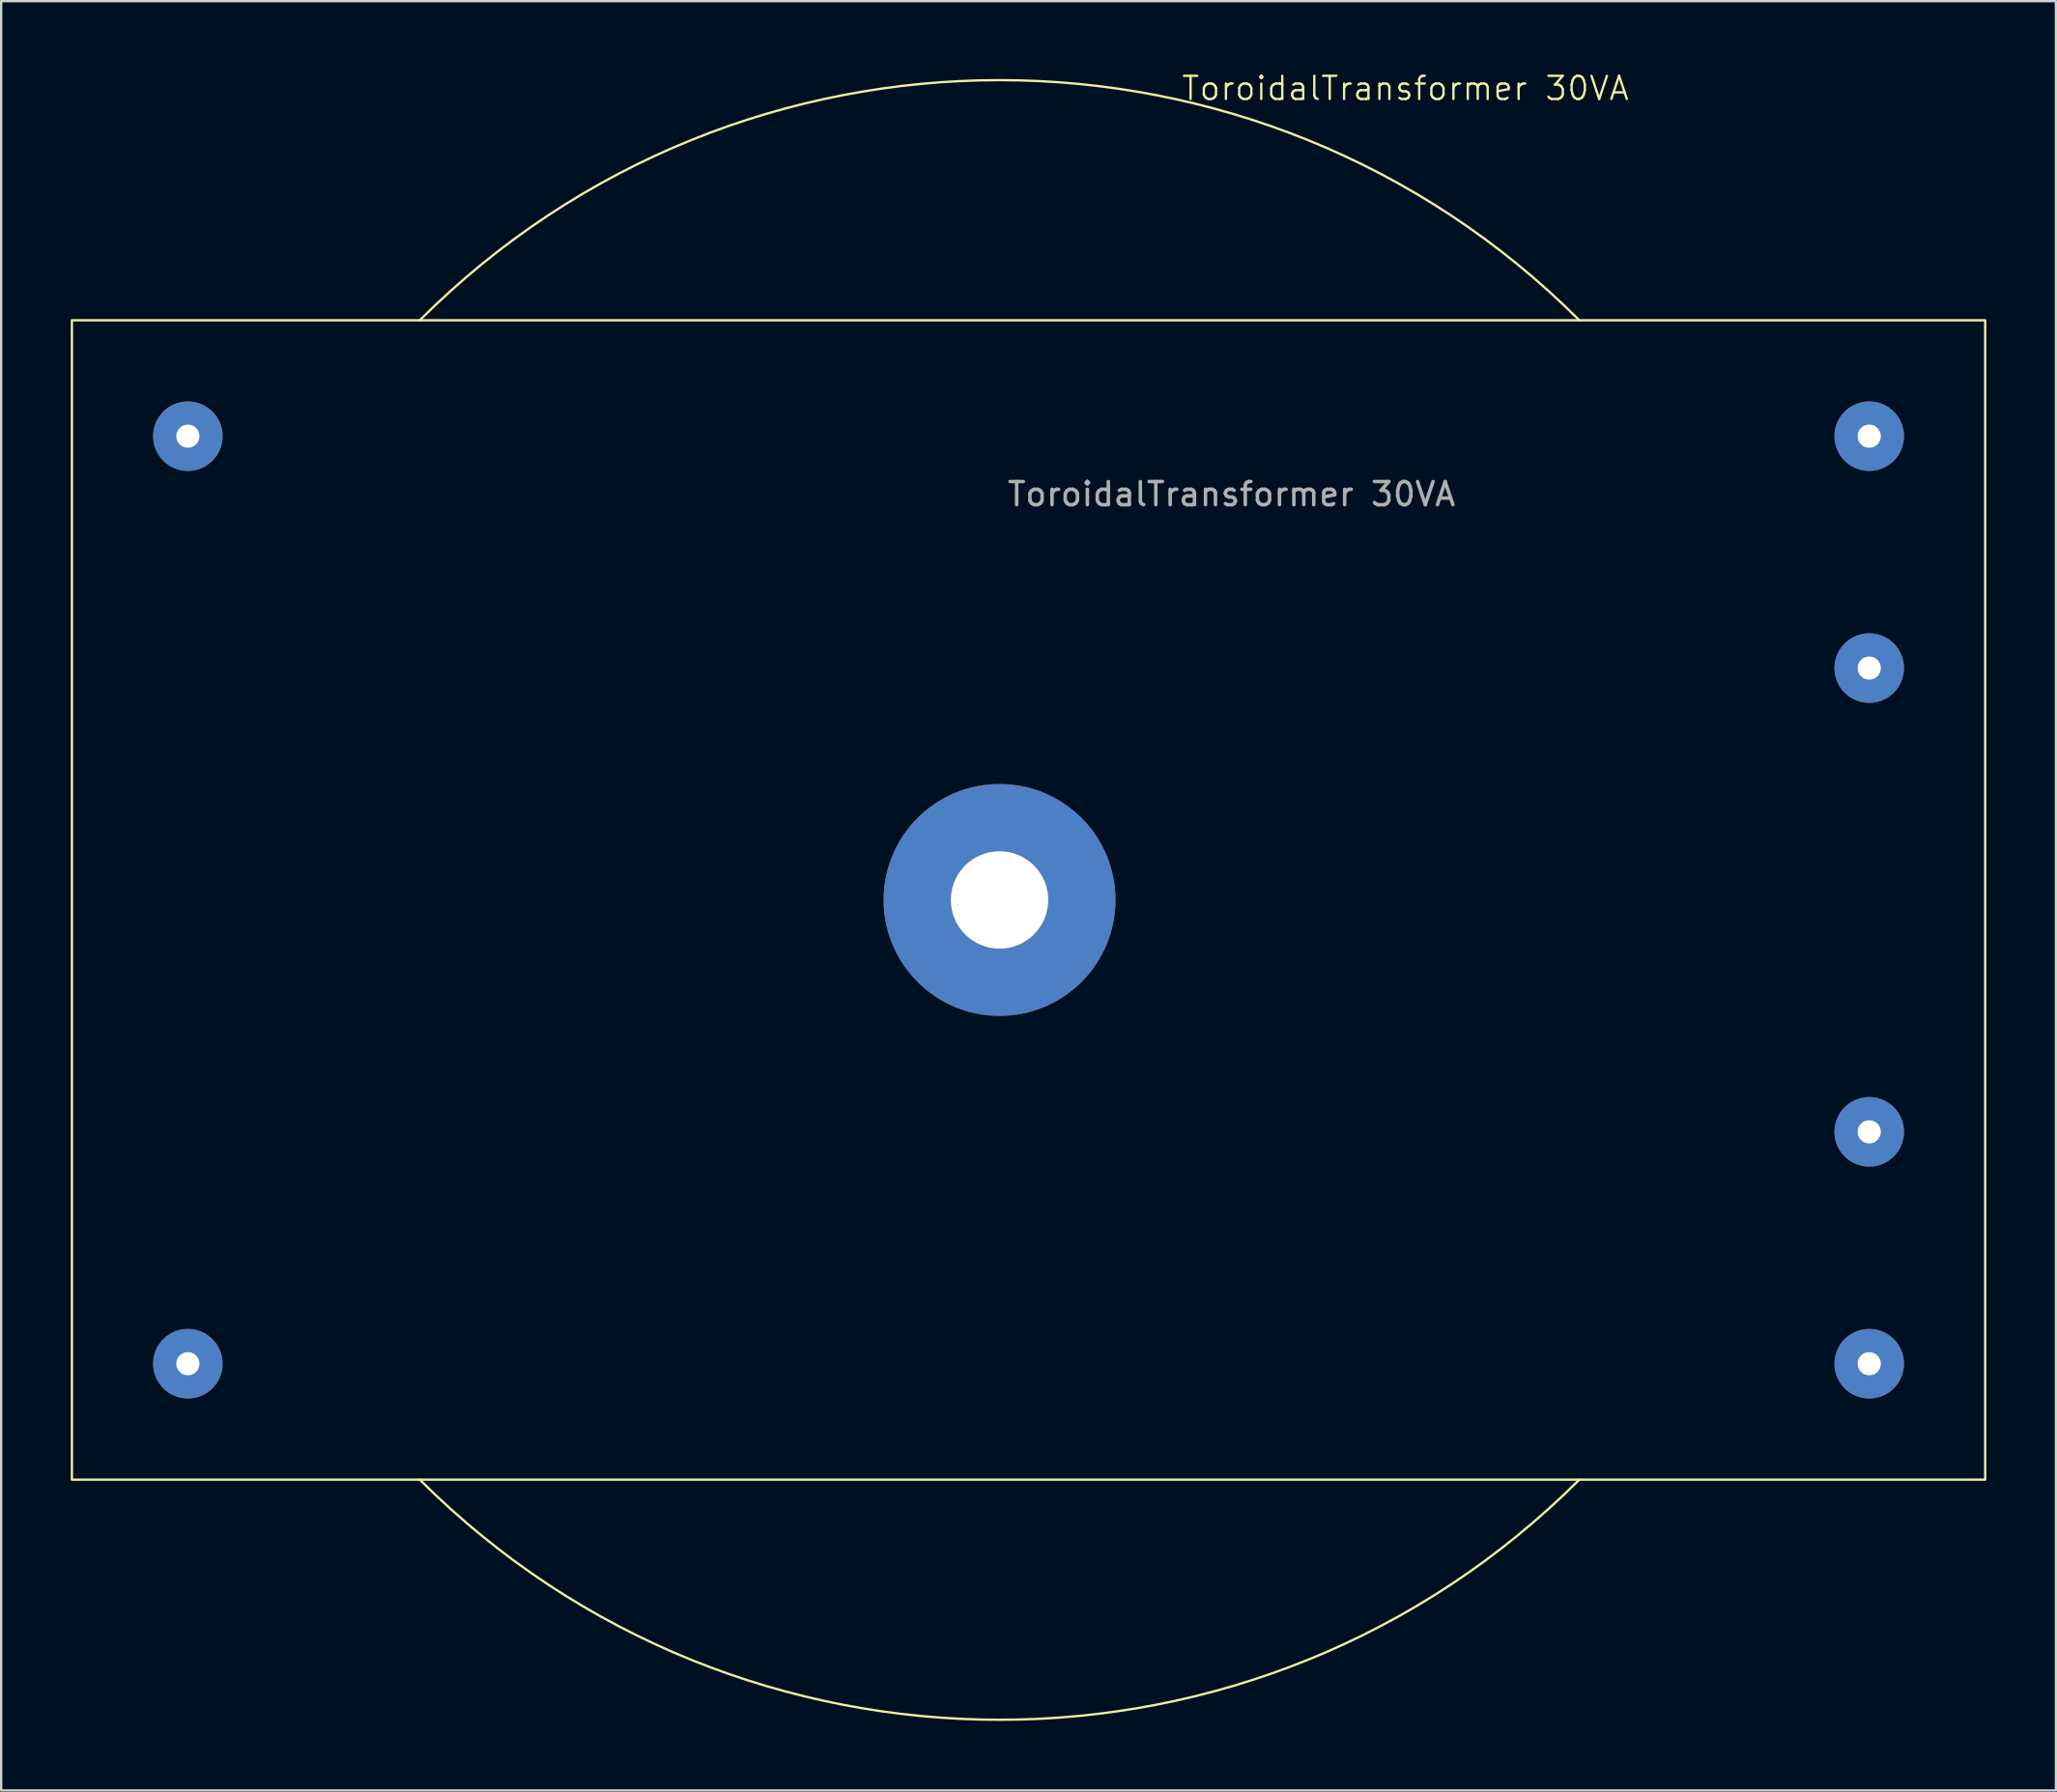
<source format=kicad_pcb>
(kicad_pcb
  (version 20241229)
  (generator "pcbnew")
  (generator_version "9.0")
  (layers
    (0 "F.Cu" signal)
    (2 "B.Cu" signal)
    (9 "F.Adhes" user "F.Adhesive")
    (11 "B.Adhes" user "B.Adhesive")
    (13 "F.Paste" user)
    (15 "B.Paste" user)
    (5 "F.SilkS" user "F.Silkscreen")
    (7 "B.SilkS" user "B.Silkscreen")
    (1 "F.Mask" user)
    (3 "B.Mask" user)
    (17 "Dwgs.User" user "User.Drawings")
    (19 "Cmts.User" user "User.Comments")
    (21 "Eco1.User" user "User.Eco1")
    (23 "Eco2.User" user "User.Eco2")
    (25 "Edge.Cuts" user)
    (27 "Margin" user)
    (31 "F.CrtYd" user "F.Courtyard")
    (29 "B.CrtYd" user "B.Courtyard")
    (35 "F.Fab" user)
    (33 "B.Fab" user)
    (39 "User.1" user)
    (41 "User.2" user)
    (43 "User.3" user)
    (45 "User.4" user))
  (footprint "ToroidalTransformer 30VA"
    (layer "F.Cu")
    (at 40.05 35.761)
    (property "Reference" "ToroidalTransformer 30VA" (at 17.5 -35 0) (unlocked yes) (layer "F.SilkS") (effects (font (size 1 1) (thickness 0.1))))
    (attr through_hole)
    (fp_rect (start -40 -25) (end 42.5 25) (stroke (width 0.1) (type default)) (fill no) (layer "F.SilkS"))
    (fp_arc (start -25 -25) (mid 0 -35.355339) (end 25 -25) (stroke (width 0.1) (type default)) (layer "F.SilkS"))
    (fp_arc (start 25 25) (mid 0 35.355339) (end -25 25) (stroke (width 0.1) (type default)) (layer "F.SilkS"))
    (fp_text user "${REFERENCE}" (at 10 -17.5 0) (unlocked yes) (layer "F.Fab") (effects (font (size 1 1) (thickness 0.15))))
    (pad "" np_thru_hole circle (at 0 0) (size 10 10) (drill 4.2) (layers "*.Cu" "*.Mask"))
    (pad "1" thru_hole circle (at -35 -20) (size 3 3) (drill 1) (layers "*.Cu" "*.Mask"))
    (pad "2" thru_hole circle (at -35 20) (size 3 3) (drill 1) (layers "*.Cu" "*.Mask"))
    (pad "3" thru_hole circle (at 37.5 -20) (size 3 3) (drill 1) (layers "*.Cu" "*.Mask"))
    (pad "4" thru_hole circle (at 37.5 -10) (size 3 3) (drill 1) (layers "*.Cu" "*.Mask"))
    (pad "5" thru_hole circle (at 37.5 10) (size 3 3) (drill 1) (layers "*.Cu" "*.Mask"))
    (pad "6" thru_hole circle (at 37.5 20) (size 3 3) (drill 1) (layers "*.Cu" "*.Mask")))
  (gr_rect
    (start -3 -3)
    (end 85.6 74.166)
    (stroke (width 0.1) (type default))
    (fill no)
    (layer "Edge.Cuts")))
</source>
